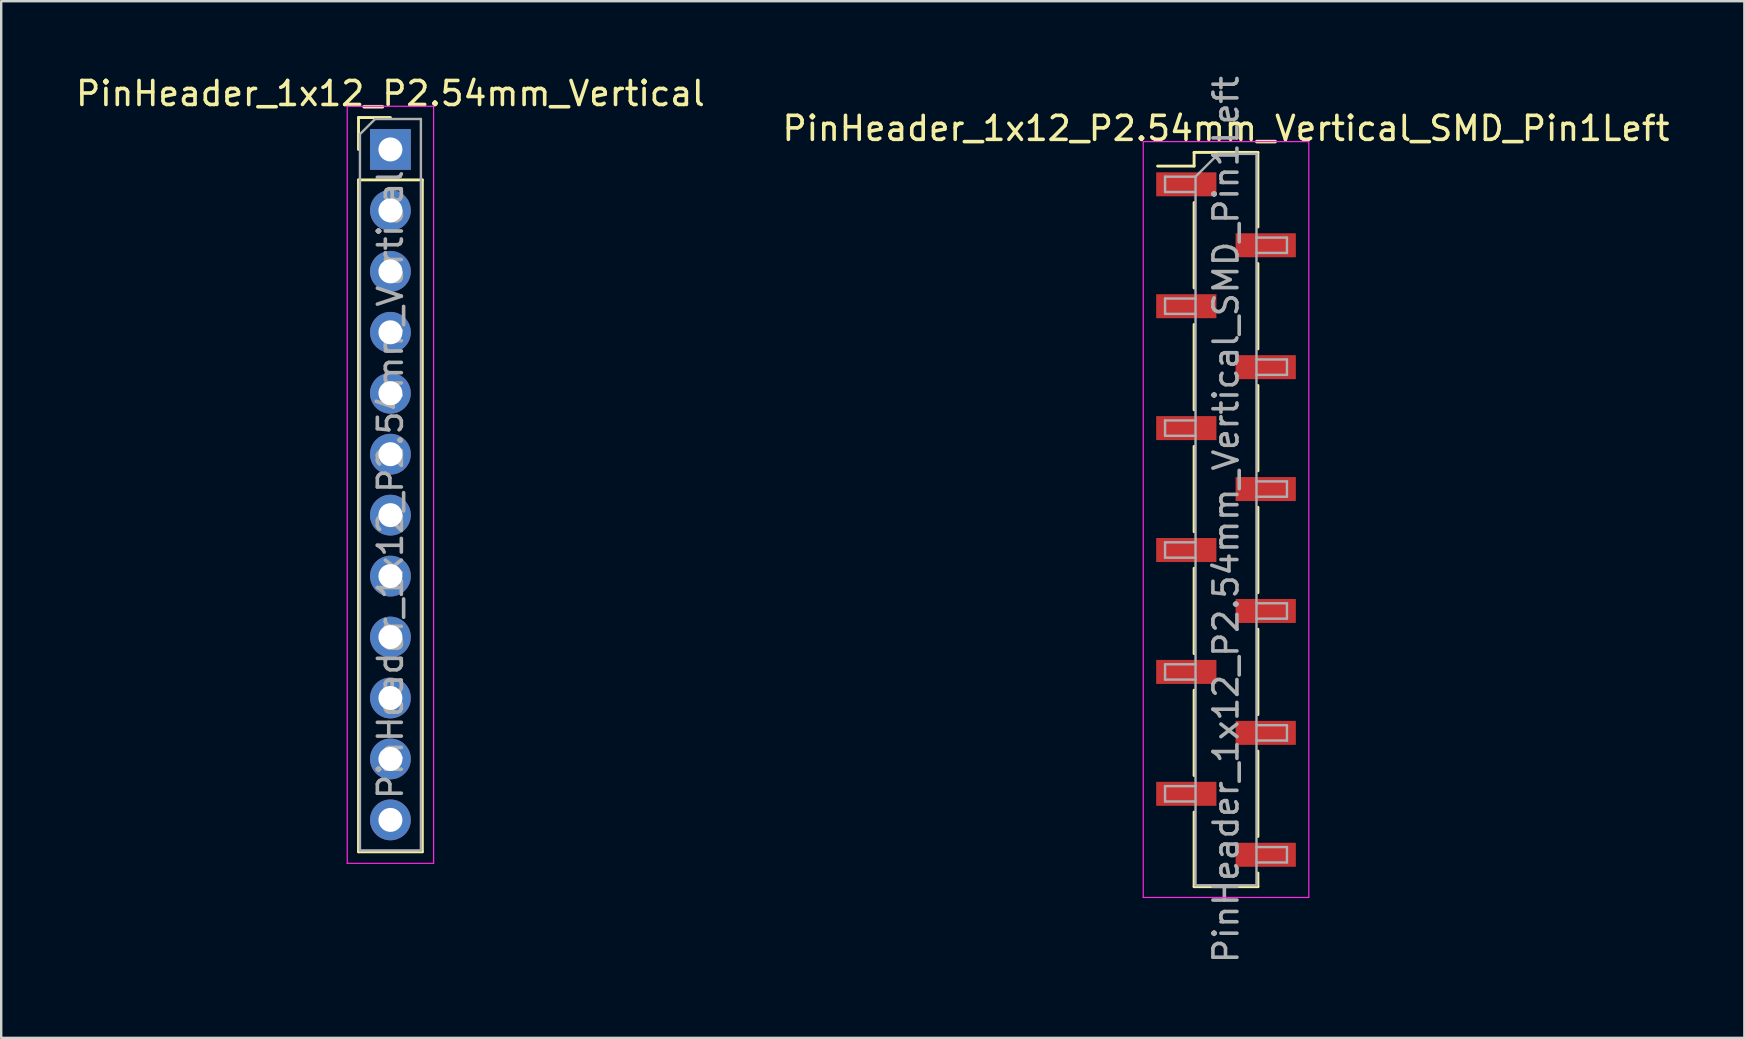
<source format=kicad_pcb>
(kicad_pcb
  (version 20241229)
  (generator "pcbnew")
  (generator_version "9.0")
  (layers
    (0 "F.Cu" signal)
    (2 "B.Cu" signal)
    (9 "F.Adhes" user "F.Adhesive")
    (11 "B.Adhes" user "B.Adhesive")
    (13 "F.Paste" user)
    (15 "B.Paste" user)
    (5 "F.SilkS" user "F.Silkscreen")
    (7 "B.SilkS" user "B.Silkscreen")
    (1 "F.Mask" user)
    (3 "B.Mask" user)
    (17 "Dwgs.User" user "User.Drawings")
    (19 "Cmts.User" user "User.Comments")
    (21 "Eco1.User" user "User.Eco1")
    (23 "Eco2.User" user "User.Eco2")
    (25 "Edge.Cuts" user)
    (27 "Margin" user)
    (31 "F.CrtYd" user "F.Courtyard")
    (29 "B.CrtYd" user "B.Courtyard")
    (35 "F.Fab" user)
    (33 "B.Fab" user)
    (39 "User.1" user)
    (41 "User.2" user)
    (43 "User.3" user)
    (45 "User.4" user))
  (footprint "PinHeader_1x12_P2.54mm_Vertical_SMD_Pin1Left"
    (layer "F.Cu")
    (at 48.042 18.601)
    (property "Reference" "PinHeader_1x12_P2.54mm_Vertical_SMD_Pin1Left" (at 0 -16.3 0) (layer "F.SilkS") (effects (font (size 1 1) (thickness 0.15))))
    (attr smd)
    (fp_line (start -1.33 -15.3) (end -1.33 -14.73) (stroke (width 0.12) (type solid)) (layer "F.SilkS"))
    (fp_line (start -1.33 -15.3) (end 1.33 -15.3) (stroke (width 0.12) (type solid)) (layer "F.SilkS"))
    (fp_line (start -1.33 -14.73) (end -2.85 -14.73) (stroke (width 0.12) (type solid)) (layer "F.SilkS"))
    (fp_line (start -1.33 -13.21) (end -1.33 -9.65) (stroke (width 0.12) (type solid)) (layer "F.SilkS"))
    (fp_line (start -1.33 -8.13) (end -1.33 -4.57) (stroke (width 0.12) (type solid)) (layer "F.SilkS"))
    (fp_line (start -1.33 -3.05) (end -1.33 0.51) (stroke (width 0.12) (type solid)) (layer "F.SilkS"))
    (fp_line (start -1.33 2.03) (end -1.33 5.59) (stroke (width 0.12) (type solid)) (layer "F.SilkS"))
    (fp_line (start -1.33 7.11) (end -1.33 10.67) (stroke (width 0.12) (type solid)) (layer "F.SilkS"))
    (fp_line (start -1.33 12.19) (end -1.33 15.3) (stroke (width 0.12) (type solid)) (layer "F.SilkS"))
    (fp_line (start -1.33 15.3) (end 1.33 15.3) (stroke (width 0.12) (type solid)) (layer "F.SilkS"))
    (fp_line (start 1.33 -15.3) (end 1.33 -12.19) (stroke (width 0.12) (type solid)) (layer "F.SilkS"))
    (fp_line (start 1.33 -10.67) (end 1.33 -7.11) (stroke (width 0.12) (type solid)) (layer "F.SilkS"))
    (fp_line (start 1.33 -5.59) (end 1.33 -2.03) (stroke (width 0.12) (type solid)) (layer "F.SilkS"))
    (fp_line (start 1.33 -0.51) (end 1.33 3.05) (stroke (width 0.12) (type solid)) (layer "F.SilkS"))
    (fp_line (start 1.33 4.57) (end 1.33 8.13) (stroke (width 0.12) (type solid)) (layer "F.SilkS"))
    (fp_line (start 1.33 9.65) (end 1.33 13.21) (stroke (width 0.12) (type solid)) (layer "F.SilkS"))
    (fp_line (start 1.33 14.73) (end 1.33 15.3) (stroke (width 0.12) (type solid)) (layer "F.SilkS"))
    (fp_line (start -3.45 -15.75) (end -3.45 15.75) (stroke (width 0.05) (type solid)) (layer "F.CrtYd"))
    (fp_line (start -3.45 15.75) (end 3.45 15.75) (stroke (width 0.05) (type solid)) (layer "F.CrtYd"))
    (fp_line (start 3.45 -15.75) (end -3.45 -15.75) (stroke (width 0.05) (type solid)) (layer "F.CrtYd"))
    (fp_line (start 3.45 15.75) (end 3.45 -15.75) (stroke (width 0.05) (type solid)) (layer "F.CrtYd"))
    (fp_line (start -2.54 -14.29) (end -2.54 -13.65) (stroke (width 0.1) (type solid)) (layer "F.Fab"))
    (fp_line (start -2.54 -13.65) (end -1.27 -13.65) (stroke (width 0.1) (type solid)) (layer "F.Fab"))
    (fp_line (start -2.54 -9.21) (end -2.54 -8.57) (stroke (width 0.1) (type solid)) (layer "F.Fab"))
    (fp_line (start -2.54 -8.57) (end -1.27 -8.57) (stroke (width 0.1) (type solid)) (layer "F.Fab"))
    (fp_line (start -2.54 -4.13) (end -2.54 -3.49) (stroke (width 0.1) (type solid)) (layer "F.Fab"))
    (fp_line (start -2.54 -3.49) (end -1.27 -3.49) (stroke (width 0.1) (type solid)) (layer "F.Fab"))
    (fp_line (start -2.54 0.95) (end -2.54 1.59) (stroke (width 0.1) (type solid)) (layer "F.Fab"))
    (fp_line (start -2.54 1.59) (end -1.27 1.59) (stroke (width 0.1) (type solid)) (layer "F.Fab"))
    (fp_line (start -2.54 6.03) (end -2.54 6.67) (stroke (width 0.1) (type solid)) (layer "F.Fab"))
    (fp_line (start -2.54 6.67) (end -1.27 6.67) (stroke (width 0.1) (type solid)) (layer "F.Fab"))
    (fp_line (start -2.54 11.11) (end -2.54 11.75) (stroke (width 0.1) (type solid)) (layer "F.Fab"))
    (fp_line (start -2.54 11.75) (end -1.27 11.75) (stroke (width 0.1) (type solid)) (layer "F.Fab"))
    (fp_line (start -1.27 -14.29) (end -2.54 -14.29) (stroke (width 0.1) (type solid)) (layer "F.Fab"))
    (fp_line (start -1.27 -14.29) (end -0.32 -15.24) (stroke (width 0.1) (type solid)) (layer "F.Fab"))
    (fp_line (start -1.27 -9.21) (end -2.54 -9.21) (stroke (width 0.1) (type solid)) (layer "F.Fab"))
    (fp_line (start -1.27 -4.13) (end -2.54 -4.13) (stroke (width 0.1) (type solid)) (layer "F.Fab"))
    (fp_line (start -1.27 0.95) (end -2.54 0.95) (stroke (width 0.1) (type solid)) (layer "F.Fab"))
    (fp_line (start -1.27 6.03) (end -2.54 6.03) (stroke (width 0.1) (type solid)) (layer "F.Fab"))
    (fp_line (start -1.27 11.11) (end -2.54 11.11) (stroke (width 0.1) (type solid)) (layer "F.Fab"))
    (fp_line (start -1.27 15.24) (end -1.27 -14.29) (stroke (width 0.1) (type solid)) (layer "F.Fab"))
    (fp_line (start -0.32 -15.24) (end 1.27 -15.24) (stroke (width 0.1) (type solid)) (layer "F.Fab"))
    (fp_line (start 1.27 -15.24) (end 1.27 15.24) (stroke (width 0.1) (type solid)) (layer "F.Fab"))
    (fp_line (start 1.27 -11.75) (end 2.54 -11.75) (stroke (width 0.1) (type solid)) (layer "F.Fab"))
    (fp_line (start 1.27 -6.67) (end 2.54 -6.67) (stroke (width 0.1) (type solid)) (layer "F.Fab"))
    (fp_line (start 1.27 -1.59) (end 2.54 -1.59) (stroke (width 0.1) (type solid)) (layer "F.Fab"))
    (fp_line (start 1.27 3.49) (end 2.54 3.49) (stroke (width 0.1) (type solid)) (layer "F.Fab"))
    (fp_line (start 1.27 8.57) (end 2.54 8.57) (stroke (width 0.1) (type solid)) (layer "F.Fab"))
    (fp_line (start 1.27 13.65) (end 2.54 13.65) (stroke (width 0.1) (type solid)) (layer "F.Fab"))
    (fp_line (start 1.27 15.24) (end -1.27 15.24) (stroke (width 0.1) (type solid)) (layer "F.Fab"))
    (fp_line (start 2.54 -11.75) (end 2.54 -11.11) (stroke (width 0.1) (type solid)) (layer "F.Fab"))
    (fp_line (start 2.54 -11.11) (end 1.27 -11.11) (stroke (width 0.1) (type solid)) (layer "F.Fab"))
    (fp_line (start 2.54 -6.67) (end 2.54 -6.03) (stroke (width 0.1) (type solid)) (layer "F.Fab"))
    (fp_line (start 2.54 -6.03) (end 1.27 -6.03) (stroke (width 0.1) (type solid)) (layer "F.Fab"))
    (fp_line (start 2.54 -1.59) (end 2.54 -0.95) (stroke (width 0.1) (type solid)) (layer "F.Fab"))
    (fp_line (start 2.54 -0.95) (end 1.27 -0.95) (stroke (width 0.1) (type solid)) (layer "F.Fab"))
    (fp_line (start 2.54 3.49) (end 2.54 4.13) (stroke (width 0.1) (type solid)) (layer "F.Fab"))
    (fp_line (start 2.54 4.13) (end 1.27 4.13) (stroke (width 0.1) (type solid)) (layer "F.Fab"))
    (fp_line (start 2.54 8.57) (end 2.54 9.21) (stroke (width 0.1) (type solid)) (layer "F.Fab"))
    (fp_line (start 2.54 9.21) (end 1.27 9.21) (stroke (width 0.1) (type solid)) (layer "F.Fab"))
    (fp_line (start 2.54 13.65) (end 2.54 14.29) (stroke (width 0.1) (type solid)) (layer "F.Fab"))
    (fp_line (start 2.54 14.29) (end 1.27 14.29) (stroke (width 0.1) (type solid)) (layer "F.Fab"))
    (fp_text user "${REFERENCE}" (at 0 0 90) (layer "F.Fab") (effects (font (size 1 1) (thickness 0.15))))
    (pad "1" smd rect (at -1.655 -13.97) (size 2.51 1) (layers "F.Cu" "F.Mask" "F.Paste"))
    (pad "2" smd rect (at 1.655 -11.43) (size 2.51 1) (layers "F.Cu" "F.Mask" "F.Paste"))
    (pad "3" smd rect (at -1.655 -8.89) (size 2.51 1) (layers "F.Cu" "F.Mask" "F.Paste"))
    (pad "4" smd rect (at 1.655 -6.35) (size 2.51 1) (layers "F.Cu" "F.Mask" "F.Paste"))
    (pad "5" smd rect (at -1.655 -3.81) (size 2.51 1) (layers "F.Cu" "F.Mask" "F.Paste"))
    (pad "6" smd rect (at 1.655 -1.27) (size 2.51 1) (layers "F.Cu" "F.Mask" "F.Paste"))
    (pad "7" smd rect (at -1.655 1.27) (size 2.51 1) (layers "F.Cu" "F.Mask" "F.Paste"))
    (pad "8" smd rect (at 1.655 3.81) (size 2.51 1) (layers "F.Cu" "F.Mask" "F.Paste"))
    (pad "9" smd rect (at -1.655 6.35) (size 2.51 1) (layers "F.Cu" "F.Mask" "F.Paste"))
    (pad "10" smd rect (at 1.655 8.89) (size 2.51 1) (layers "F.Cu" "F.Mask" "F.Paste"))
    (pad "11" smd rect (at -1.655 11.43) (size 2.51 1) (layers "F.Cu" "F.Mask" "F.Paste"))
    (pad "12" smd rect (at 1.655 13.97) (size 2.51 1) (layers "F.Cu" "F.Mask" "F.Paste")))
  (footprint "PinHeader_1x12_P2.54mm_Vertical"
    (layer "F.Cu")
    (at 13.22 3.178)
    (property "Reference" "PinHeader_1x12_P2.54mm_Vertical" (at 0 -2.33 0) (layer "F.SilkS") (effects (font (size 1 1) (thickness 0.15))))
    (attr through_hole)
    (fp_line (start -1.33 -1.33) (end 0 -1.33) (stroke (width 0.12) (type solid)) (layer "F.SilkS"))
    (fp_line (start -1.33 0) (end -1.33 -1.33) (stroke (width 0.12) (type solid)) (layer "F.SilkS"))
    (fp_line (start -1.33 1.27) (end -1.33 29.27) (stroke (width 0.12) (type solid)) (layer "F.SilkS"))
    (fp_line (start -1.33 1.27) (end 1.33 1.27) (stroke (width 0.12) (type solid)) (layer "F.SilkS"))
    (fp_line (start -1.33 29.27) (end 1.33 29.27) (stroke (width 0.12) (type solid)) (layer "F.SilkS"))
    (fp_line (start 1.33 1.27) (end 1.33 29.27) (stroke (width 0.12) (type solid)) (layer "F.SilkS"))
    (fp_line (start -1.8 -1.8) (end -1.8 29.75) (stroke (width 0.05) (type solid)) (layer "F.CrtYd"))
    (fp_line (start -1.8 29.75) (end 1.8 29.75) (stroke (width 0.05) (type solid)) (layer "F.CrtYd"))
    (fp_line (start 1.8 -1.8) (end -1.8 -1.8) (stroke (width 0.05) (type solid)) (layer "F.CrtYd"))
    (fp_line (start 1.8 29.75) (end 1.8 -1.8) (stroke (width 0.05) (type solid)) (layer "F.CrtYd"))
    (fp_line (start -1.27 -0.635) (end -0.635 -1.27) (stroke (width 0.1) (type solid)) (layer "F.Fab"))
    (fp_line (start -1.27 29.21) (end -1.27 -0.635) (stroke (width 0.1) (type solid)) (layer "F.Fab"))
    (fp_line (start -0.635 -1.27) (end 1.27 -1.27) (stroke (width 0.1) (type solid)) (layer "F.Fab"))
    (fp_line (start 1.27 -1.27) (end 1.27 29.21) (stroke (width 0.1) (type solid)) (layer "F.Fab"))
    (fp_line (start 1.27 29.21) (end -1.27 29.21) (stroke (width 0.1) (type solid)) (layer "F.Fab"))
    (fp_text user "${REFERENCE}" (at 0 13.97 90) (layer "F.Fab") (effects (font (size 1 1) (thickness 0.15))))
    (pad "1" thru_hole rect (at 0 0) (size 1.7 1.7) (drill 1) (layers "*.Cu" "*.Mask"))
    (pad "2" thru_hole oval (at 0 2.54) (size 1.7 1.7) (drill 1) (layers "*.Cu" "*.Mask"))
    (pad "3" thru_hole oval (at 0 5.08) (size 1.7 1.7) (drill 1) (layers "*.Cu" "*.Mask"))
    (pad "4" thru_hole oval (at 0 7.62) (size 1.7 1.7) (drill 1) (layers "*.Cu" "*.Mask"))
    (pad "5" thru_hole oval (at 0 10.16) (size 1.7 1.7) (drill 1) (layers "*.Cu" "*.Mask"))
    (pad "6" thru_hole oval (at 0 12.7) (size 1.7 1.7) (drill 1) (layers "*.Cu" "*.Mask"))
    (pad "7" thru_hole oval (at 0 15.24) (size 1.7 1.7) (drill 1) (layers "*.Cu" "*.Mask"))
    (pad "8" thru_hole oval (at 0 17.78) (size 1.7 1.7) (drill 1) (layers "*.Cu" "*.Mask"))
    (pad "9" thru_hole oval (at 0 20.32) (size 1.7 1.7) (drill 1) (layers "*.Cu" "*.Mask"))
    (pad "10" thru_hole oval (at 0 22.86) (size 1.7 1.7) (drill 1) (layers "*.Cu" "*.Mask"))
    (pad "11" thru_hole oval (at 0 25.4) (size 1.7 1.7) (drill 1) (layers "*.Cu" "*.Mask"))
    (pad "12" thru_hole oval (at 0 27.94) (size 1.7 1.7) (drill 1) (layers "*.Cu" "*.Mask")))
  (gr_rect
    (start -3 -3)
    (end 69.643 40.202)
    (stroke (width 0.1) (type default))
    (fill no)
    (layer "Edge.Cuts")))
</source>
